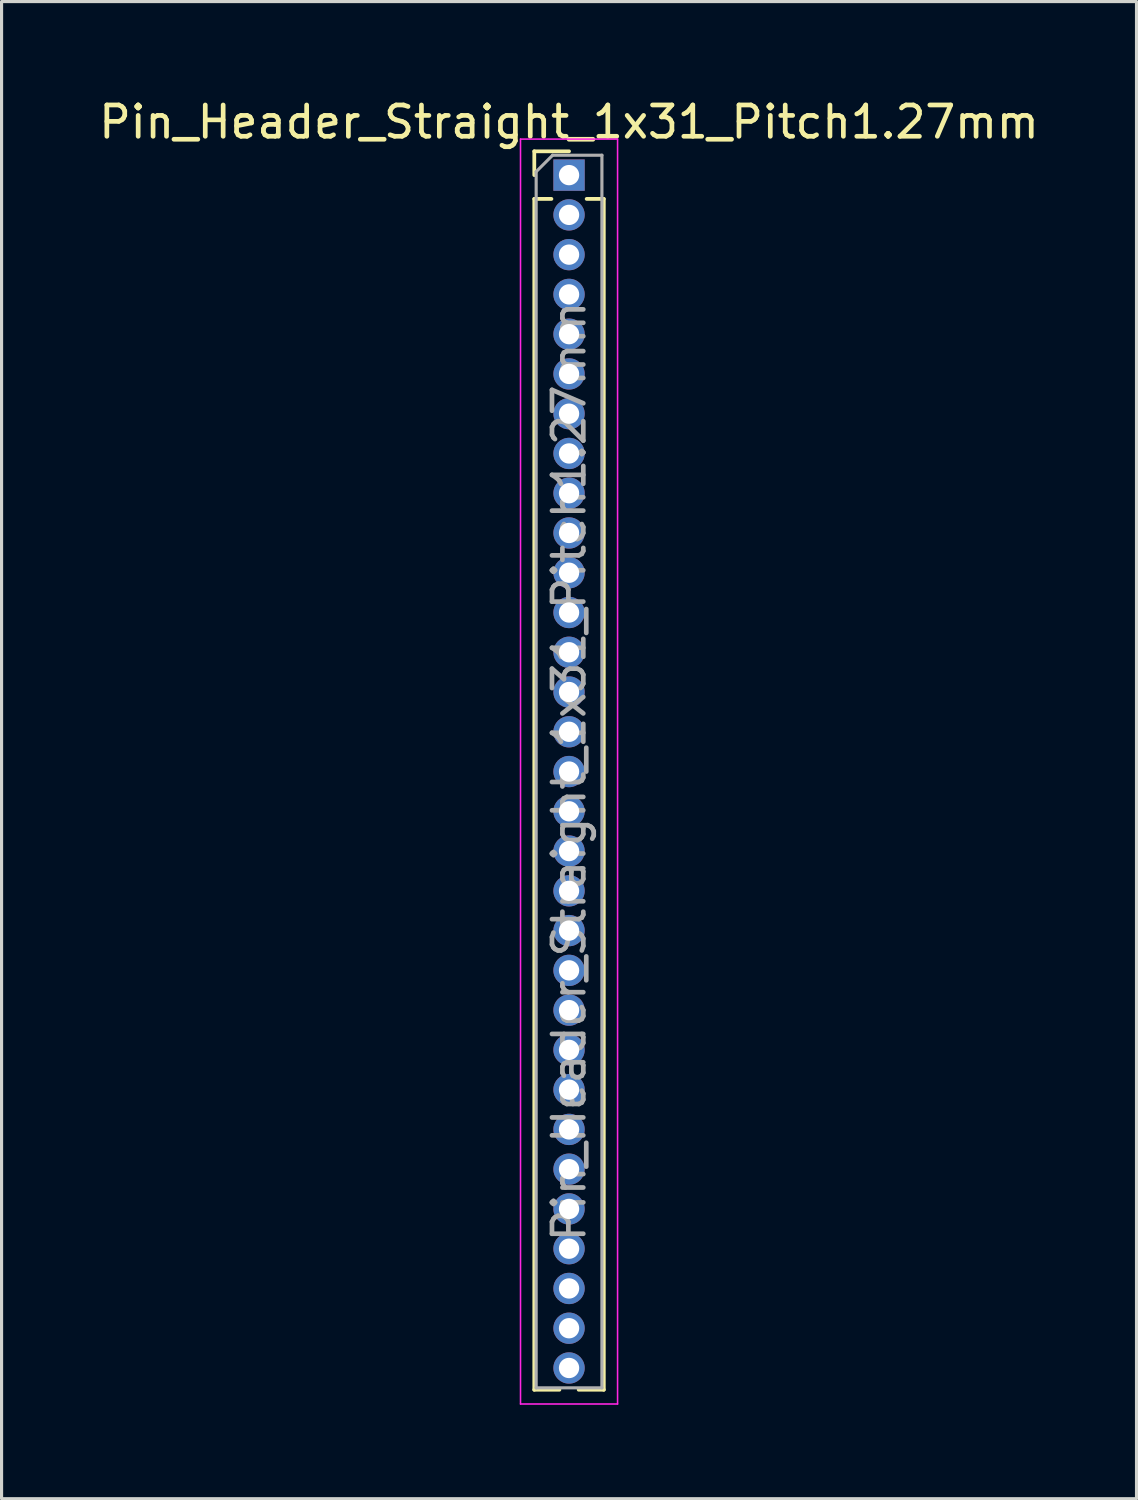
<source format=kicad_pcb>
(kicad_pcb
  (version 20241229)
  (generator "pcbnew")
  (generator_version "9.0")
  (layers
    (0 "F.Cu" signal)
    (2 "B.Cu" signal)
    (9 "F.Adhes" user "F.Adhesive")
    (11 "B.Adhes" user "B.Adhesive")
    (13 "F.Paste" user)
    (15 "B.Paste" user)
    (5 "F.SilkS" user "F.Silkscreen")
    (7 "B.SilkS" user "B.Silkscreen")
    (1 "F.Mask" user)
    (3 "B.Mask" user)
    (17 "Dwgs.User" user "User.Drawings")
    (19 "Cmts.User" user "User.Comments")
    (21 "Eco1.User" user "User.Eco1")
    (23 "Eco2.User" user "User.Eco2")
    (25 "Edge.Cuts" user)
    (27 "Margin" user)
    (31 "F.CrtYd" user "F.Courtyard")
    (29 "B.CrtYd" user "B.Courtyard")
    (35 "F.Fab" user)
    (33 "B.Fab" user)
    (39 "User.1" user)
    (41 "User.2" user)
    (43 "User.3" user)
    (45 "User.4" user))
  (footprint "Pin_Header_Straight_1x31_Pitch1.27mm"
    (layer "F.Cu")
    (at 15.125 2.543)
    (property "Reference" "Pin_Header_Straight_1x31_Pitch1.27mm" (at 0 -1.695 0) (layer "F.SilkS") (effects (font (size 1 1) (thickness 0.15))))
    (attr through_hole)
    (fp_line (start -1.11 -0.76) (end 0 -0.76) (stroke (width 0.12) (type solid)) (layer "F.SilkS"))
    (fp_line (start -1.11 0) (end -1.11 -0.76) (stroke (width 0.12) (type solid)) (layer "F.SilkS"))
    (fp_line (start -1.11 0.76) (end -1.11 38.795) (stroke (width 0.12) (type solid)) (layer "F.SilkS"))
    (fp_line (start -1.11 0.76) (end -0.563 0.76) (stroke (width 0.12) (type solid)) (layer "F.SilkS"))
    (fp_line (start -1.11 38.795) (end -0.308 38.795) (stroke (width 0.12) (type solid)) (layer "F.SilkS"))
    (fp_line (start 0.308 38.795) (end 1.11 38.795) (stroke (width 0.12) (type solid)) (layer "F.SilkS"))
    (fp_line (start 0.563 0.76) (end 1.11 0.76) (stroke (width 0.12) (type solid)) (layer "F.SilkS"))
    (fp_line (start 1.11 0.76) (end 1.11 38.795) (stroke (width 0.12) (type solid)) (layer "F.SilkS"))
    (fp_line (start -1.55 -1.15) (end -1.55 39.25) (stroke (width 0.05) (type solid)) (layer "F.CrtYd"))
    (fp_line (start -1.55 39.25) (end 1.55 39.25) (stroke (width 0.05) (type solid)) (layer "F.CrtYd"))
    (fp_line (start 1.55 -1.15) (end -1.55 -1.15) (stroke (width 0.05) (type solid)) (layer "F.CrtYd"))
    (fp_line (start 1.55 39.25) (end 1.55 -1.15) (stroke (width 0.05) (type solid)) (layer "F.CrtYd"))
    (fp_line (start -1.05 -0.11) (end -0.525 -0.635) (stroke (width 0.1) (type solid)) (layer "F.Fab"))
    (fp_line (start -1.05 38.735) (end -1.05 -0.11) (stroke (width 0.1) (type solid)) (layer "F.Fab"))
    (fp_line (start -0.525 -0.635) (end 1.05 -0.635) (stroke (width 0.1) (type solid)) (layer "F.Fab"))
    (fp_line (start 1.05 -0.635) (end 1.05 38.735) (stroke (width 0.1) (type solid)) (layer "F.Fab"))
    (fp_line (start 1.05 38.735) (end -1.05 38.735) (stroke (width 0.1) (type solid)) (layer "F.Fab"))
    (fp_text user "${REFERENCE}" (at 0 19.05 90) (layer "F.Fab") (effects (font (size 1 1) (thickness 0.15))))
    (pad "1" thru_hole rect (at 0 0) (size 1 1) (drill 0.65) (layers "*.Cu" "*.Mask"))
    (pad "2" thru_hole oval (at 0 1.27) (size 1 1) (drill 0.65) (layers "*.Cu" "*.Mask"))
    (pad "3" thru_hole oval (at 0 2.54) (size 1 1) (drill 0.65) (layers "*.Cu" "*.Mask"))
    (pad "4" thru_hole oval (at 0 3.81) (size 1 1) (drill 0.65) (layers "*.Cu" "*.Mask"))
    (pad "5" thru_hole oval (at 0 5.08) (size 1 1) (drill 0.65) (layers "*.Cu" "*.Mask"))
    (pad "6" thru_hole oval (at 0 6.35) (size 1 1) (drill 0.65) (layers "*.Cu" "*.Mask"))
    (pad "7" thru_hole oval (at 0 7.62) (size 1 1) (drill 0.65) (layers "*.Cu" "*.Mask"))
    (pad "8" thru_hole oval (at 0 8.89) (size 1 1) (drill 0.65) (layers "*.Cu" "*.Mask"))
    (pad "9" thru_hole oval (at 0 10.16) (size 1 1) (drill 0.65) (layers "*.Cu" "*.Mask"))
    (pad "10" thru_hole oval (at 0 11.43) (size 1 1) (drill 0.65) (layers "*.Cu" "*.Mask"))
    (pad "11" thru_hole oval (at 0 12.7) (size 1 1) (drill 0.65) (layers "*.Cu" "*.Mask"))
    (pad "12" thru_hole oval (at 0 13.97) (size 1 1) (drill 0.65) (layers "*.Cu" "*.Mask"))
    (pad "13" thru_hole oval (at 0 15.24) (size 1 1) (drill 0.65) (layers "*.Cu" "*.Mask"))
    (pad "14" thru_hole oval (at 0 16.51) (size 1 1) (drill 0.65) (layers "*.Cu" "*.Mask"))
    (pad "15" thru_hole oval (at 0 17.78) (size 1 1) (drill 0.65) (layers "*.Cu" "*.Mask"))
    (pad "16" thru_hole oval (at 0 19.05) (size 1 1) (drill 0.65) (layers "*.Cu" "*.Mask"))
    (pad "17" thru_hole oval (at 0 20.32) (size 1 1) (drill 0.65) (layers "*.Cu" "*.Mask"))
    (pad "18" thru_hole oval (at 0 21.59) (size 1 1) (drill 0.65) (layers "*.Cu" "*.Mask"))
    (pad "19" thru_hole oval (at 0 22.86) (size 1 1) (drill 0.65) (layers "*.Cu" "*.Mask"))
    (pad "20" thru_hole oval (at 0 24.13) (size 1 1) (drill 0.65) (layers "*.Cu" "*.Mask"))
    (pad "21" thru_hole oval (at 0 25.4) (size 1 1) (drill 0.65) (layers "*.Cu" "*.Mask"))
    (pad "22" thru_hole oval (at 0 26.67) (size 1 1) (drill 0.65) (layers "*.Cu" "*.Mask"))
    (pad "23" thru_hole oval (at 0 27.94) (size 1 1) (drill 0.65) (layers "*.Cu" "*.Mask"))
    (pad "24" thru_hole oval (at 0 29.21) (size 1 1) (drill 0.65) (layers "*.Cu" "*.Mask"))
    (pad "25" thru_hole oval (at 0 30.48) (size 1 1) (drill 0.65) (layers "*.Cu" "*.Mask"))
    (pad "26" thru_hole oval (at 0 31.75) (size 1 1) (drill 0.65) (layers "*.Cu" "*.Mask"))
    (pad "27" thru_hole oval (at 0 33.02) (size 1 1) (drill 0.65) (layers "*.Cu" "*.Mask"))
    (pad "28" thru_hole oval (at 0 34.29) (size 1 1) (drill 0.65) (layers "*.Cu" "*.Mask"))
    (pad "29" thru_hole oval (at 0 35.56) (size 1 1) (drill 0.65) (layers "*.Cu" "*.Mask"))
    (pad "30" thru_hole oval (at 0 36.83) (size 1 1) (drill 0.65) (layers "*.Cu" "*.Mask"))
    (pad "31" thru_hole oval (at 0 38.1) (size 1 1) (drill 0.65) (layers "*.Cu" "*.Mask")))
  (gr_rect
    (start -3 -3)
    (end 33.25 44.818)
    (stroke (width 0.1) (type default))
    (fill no)
    (layer "Edge.Cuts")))
</source>
